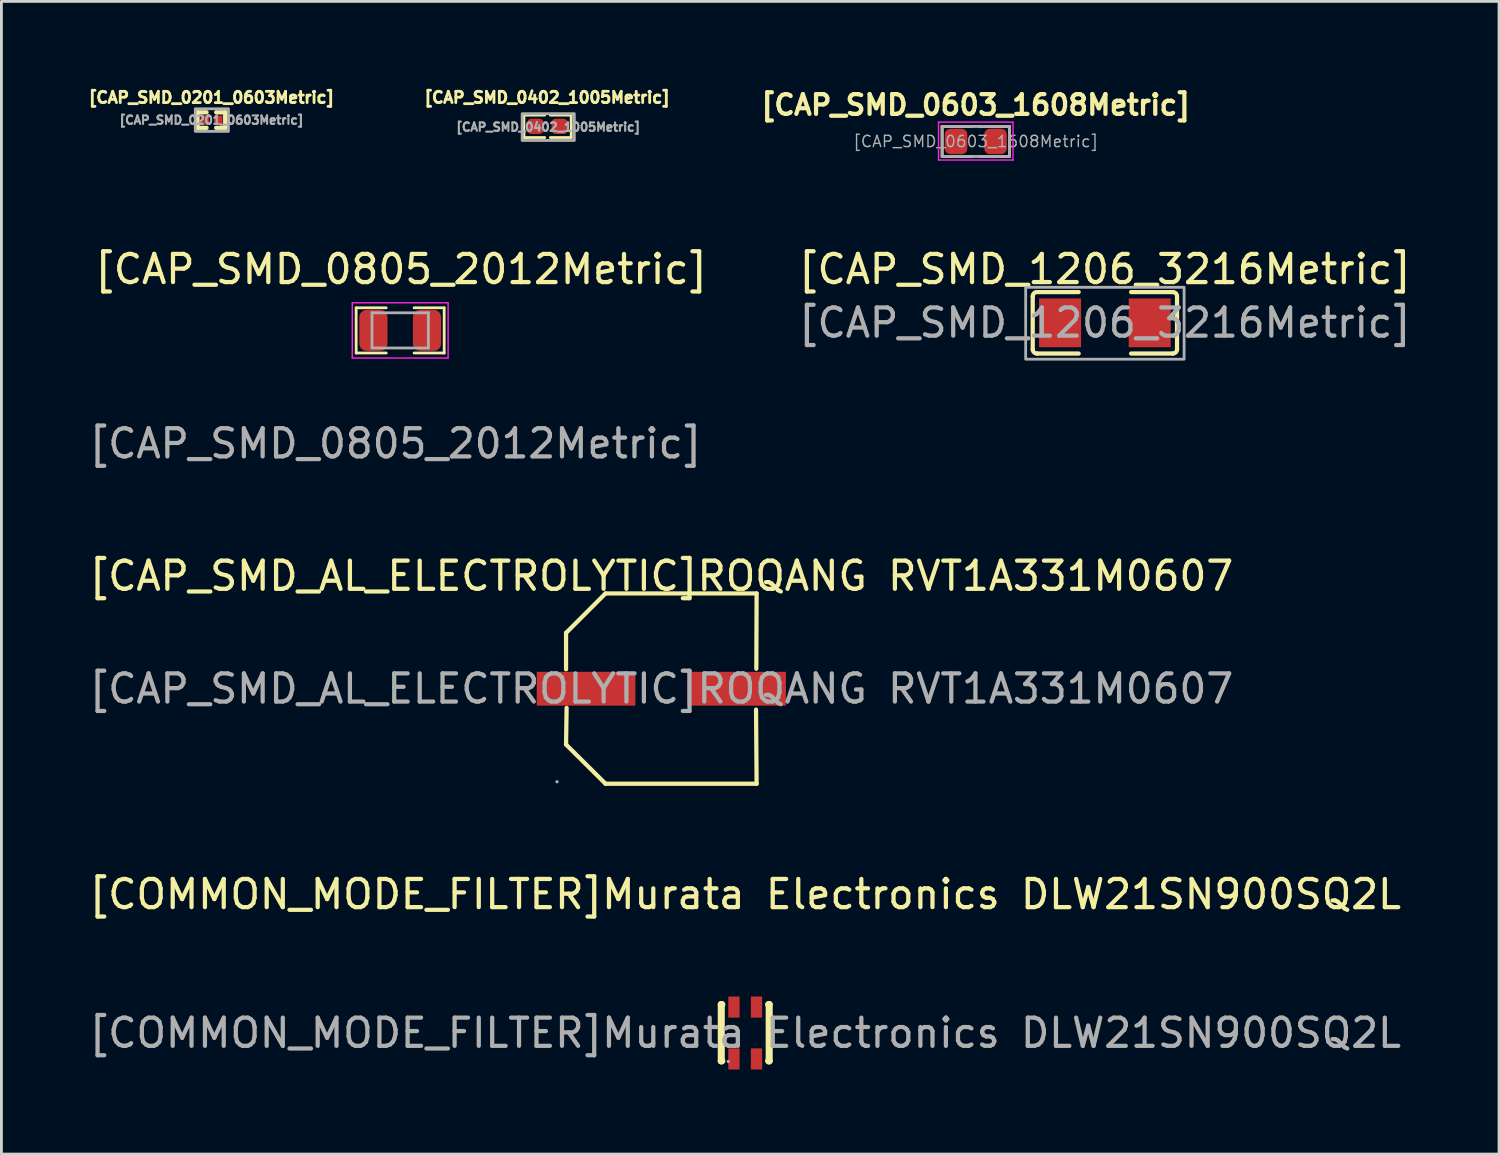
<source format=kicad_pcb>
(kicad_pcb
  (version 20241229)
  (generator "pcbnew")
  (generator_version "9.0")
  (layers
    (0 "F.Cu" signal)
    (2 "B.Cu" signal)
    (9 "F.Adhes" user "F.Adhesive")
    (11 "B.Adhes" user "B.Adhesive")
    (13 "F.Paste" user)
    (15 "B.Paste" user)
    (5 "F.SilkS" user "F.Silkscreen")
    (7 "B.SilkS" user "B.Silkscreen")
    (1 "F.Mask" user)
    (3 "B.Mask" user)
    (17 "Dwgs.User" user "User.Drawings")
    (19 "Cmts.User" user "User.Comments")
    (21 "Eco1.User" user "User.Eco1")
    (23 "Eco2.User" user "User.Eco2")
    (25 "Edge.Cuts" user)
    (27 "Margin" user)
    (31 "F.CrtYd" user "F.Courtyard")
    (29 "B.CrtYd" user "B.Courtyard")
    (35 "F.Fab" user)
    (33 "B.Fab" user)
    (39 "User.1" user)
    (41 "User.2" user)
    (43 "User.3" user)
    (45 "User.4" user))
  (footprint "[COMMON_MODE_FILTER]Murata Electronics DLW21SN900SQ2L"
    (layer "F.Cu")
    (at 23.387 33.596)
    (property "Reference" "[COMMON_MODE_FILTER]Murata Electronics DLW21SN900SQ2L" (at 0 -4.92 0) (layer "F.SilkS") (effects (font (size 1 1) (thickness 0.15))))
    (attr smd)
    (fp_line (start -0.85 -1.01) (end -0.83 -1.01) (stroke (width 0.25) (type solid)) (layer "F.SilkS"))
    (fp_line (start -0.85 0.99) (end -0.85 -1.01) (stroke (width 0.25) (type solid)) (layer "F.SilkS"))
    (fp_line (start -0.85 0.99) (end -0.83 0.99) (stroke (width 0.25) (type solid)) (layer "F.SilkS"))
    (fp_line (start 0.83 -1.01) (end 0.85 -1.01) (stroke (width 0.25) (type solid)) (layer "F.SilkS"))
    (fp_line (start 0.83 0.99) (end 0.85 0.99) (stroke (width 0.25) (type solid)) (layer "F.SilkS"))
    (fp_line (start 0.85 0.99) (end 0.85 -1.01) (stroke (width 0.25) (type solid)) (layer "F.SilkS"))
    (fp_circle (center -0.6 1.01) (end -0.57 1.01) (stroke (width 0.06) (type solid)) (fill no) (layer "F.Fab"))
    (fp_text user "${REFERENCE}" (at 0 0 0) (layer "F.Fab") (effects (font (size 1 1) (thickness 0.15))))
    (pad "1" smd rect (at -0.4 0.92 90) (size 0.75 0.4) (layers "F.Cu" "F.Mask" "F.Paste"))
    (pad "2" smd rect (at -0.4 -0.92 90) (size 0.75 0.4) (layers "F.Cu" "F.Mask" "F.Paste"))
    (pad "3" smd rect (at 0.4 -0.92 90) (size 0.75 0.4) (layers "F.Cu" "F.Mask" "F.Paste"))
    (pad "4" smd rect (at 0.4 0.92 90) (size 0.75 0.4) (layers "F.Cu" "F.Mask" "F.Paste")))
  (footprint "[CAP_SMD_1206_3216Metric]"
    (layer "F.Cu")
    (at 36.146 8.402)
    (property "Reference" "[CAP_SMD_1206_3216Metric]" (at 0 -1.9 0) (layer "F.SilkS") (effects (font (size 1 1) (thickness 0.15))))
    (attr smd)
    (fp_line (start -2.56 0.94) (end -2.56 -0.94) (stroke (width 0.15) (type solid)) (layer "F.SilkS"))
    (fp_line (start -2.41 -1.09) (end -0.93 -1.09) (stroke (width 0.15) (type solid)) (layer "F.SilkS"))
    (fp_line (start -0.93 1.09) (end -2.41 1.09) (stroke (width 0.15) (type solid)) (layer "F.SilkS"))
    (fp_line (start 0.93 1.09) (end 2.41 1.09) (stroke (width 0.15) (type solid)) (layer "F.SilkS"))
    (fp_line (start 2.41 -1.09) (end 0.93 -1.09) (stroke (width 0.15) (type solid)) (layer "F.SilkS"))
    (fp_line (start 2.56 0.94) (end 2.56 -0.94) (stroke (width 0.15) (type solid)) (layer "F.SilkS"))
    (fp_arc (start -2.56 -0.94) (mid -2.516066 -1.046066) (end -2.41 -1.09) (stroke (width 0.15) (type solid)) (layer "F.SilkS"))
    (fp_arc (start -2.41 1.09) (mid -2.516066 1.046066) (end -2.56 0.94) (stroke (width 0.15) (type solid)) (layer "F.SilkS"))
    (fp_arc (start 2.41 -1.09) (mid 2.516066 -1.046066) (end 2.56 -0.94) (stroke (width 0.15) (type solid)) (layer "F.SilkS"))
    (fp_arc (start 2.56 0.94) (mid 2.516066 1.046066) (end 2.41 1.09) (stroke (width 0.15) (type solid)) (layer "F.SilkS"))
    (fp_rect (start -2.81 -1.26) (end 2.81 1.29) (stroke (width 0.1) (type default)) (fill no) (layer "F.Fab"))
    (fp_text user "${REFERENCE}" (at 0 0 0) (layer "F.Fab") (effects (font (size 1 1) (thickness 0.15))))
    (pad "1" smd rect (at -1.59 0) (size 1.49 1.73) (layers "F.Cu" "F.Mask" "F.Paste"))
    (pad "2" smd rect (at 1.59 0) (size 1.49 1.73) (layers "F.Cu" "F.Mask" "F.Paste")))
  (footprint "[CAP_SMD_0201_0603Metric]"
    (layer "F.Cu")
    (at 4.453 1.21)
    (property "Reference" "[CAP_SMD_0201_0603Metric]" (at 0 -0.8 0) (layer "F.SilkS") (effects (font (size 0.4 0.4) (thickness 0.1))))
    (attr through_hole)
    (fp_line (start -0.495 -0.275) (end -0.495 0.275) (stroke (width 0.15) (type solid)) (layer "F.SilkS"))
    (fp_line (start -0.495 -0.275) (end -0.175 -0.275) (stroke (width 0.15) (type solid)) (layer "F.SilkS"))
    (fp_line (start -0.495 0.275) (end -0.175 0.275) (stroke (width 0.15) (type solid)) (layer "F.SilkS"))
    (fp_line (start 0.485 -0.275) (end 0.165 -0.275) (stroke (width 0.15) (type solid)) (layer "F.SilkS"))
    (fp_line (start 0.485 0.275) (end 0.165 0.275) (stroke (width 0.15) (type solid)) (layer "F.SilkS"))
    (fp_line (start 0.485 0.275) (end 0.485 -0.275) (stroke (width 0.15) (type solid)) (layer "F.SilkS"))
    (fp_rect (start -0.575 -0.4) (end 0.6 0.4) (stroke (width 0.1) (type default)) (fill no) (layer "F.Fab"))
    (fp_text user "${REFERENCE}" (at 0 0 0) (layer "F.Fab") (effects (font (size 0.3 0.3) (thickness 0.075))))
    (pad "1" smd rect (at -0.24 0) (size 0.3 0.32) (layers "F.Cu" "F.Mask" "F.Paste"))
    (pad "2" smd rect (at 0.24 0) (size 0.3 0.32) (layers "F.Cu" "F.Mask" "F.Paste")))
  (footprint "[CAP_SMD_AL_ELECTROLYTIC]ROQANG RVT1A331M0607"
    (layer "F.Cu")
    (at 20.411 21.383)
    (property "Reference" "[CAP_SMD_AL_ELECTROLYTIC]ROQANG RVT1A331M0607" (at 0 -4 0) (layer "F.SilkS") (effects (font (size 1 1) (thickness 0.15))))
    (attr smd)
    (fp_line (start -3.38 -1.98) (end -3.38 -0.69) (stroke (width 0.15) (type solid)) (layer "F.SilkS"))
    (fp_line (start -3.38 1.98) (end -3.36 0.68) (stroke (width 0.15) (type solid)) (layer "F.SilkS"))
    (fp_line (start -1.98 -3.38) (end -3.38 -1.98) (stroke (width 0.15) (type solid)) (layer "F.SilkS"))
    (fp_line (start -1.98 3.37) (end -3.38 1.98) (stroke (width 0.15) (type solid)) (layer "F.SilkS"))
    (fp_line (start 3.36 0.74) (end 3.38 3.37) (stroke (width 0.15) (type solid)) (layer "F.SilkS"))
    (fp_line (start 3.37 -0.71) (end 3.38 -3.38) (stroke (width 0.15) (type solid)) (layer "F.SilkS"))
    (fp_line (start 3.38 -3.38) (end -1.98 -3.38) (stroke (width 0.15) (type solid)) (layer "F.SilkS"))
    (fp_line (start 3.38 3.37) (end -1.98 3.37) (stroke (width 0.15) (type solid)) (layer "F.SilkS"))
    (fp_circle (center -3.7 3.3) (end -3.67 3.3) (stroke (width 0.06) (type solid)) (fill no) (layer "F.Fab"))
    (fp_text user "${REFERENCE}" (at 0 0 0) (layer "F.Fab") (effects (font (size 1 1) (thickness 0.15))))
    (pad "1" smd rect (at -2.67 0) (size 3.5 1.2) (layers "F.Cu" "F.Mask" "F.Paste"))
    (pad "2" smd rect (at 2.67 0) (size 3.5 1.2) (layers "F.Cu" "F.Mask" "F.Paste")))
  (footprint "[CAP_SMD_0805_2012Metric]"
    (layer "F.Cu")
    (at 11.182 8.686)
    (property "Reference" "[CAP_SMD_0805_2012Metric]" (at 0 -2.184 0) (layer "F.SilkS") (effects (font (size 1 1) (thickness 0.15))))
    (attr smd)
    (fp_line (start -1.598 -0.816) (end -0.531 -0.816) (stroke (width 0.1) (type default)) (layer "F.SilkS"))
    (fp_line (start -1.596 0.787) (end -1.598 -0.816) (stroke (width 0.1) (type default)) (layer "F.SilkS"))
    (fp_line (start -0.53 0.787) (end -1.596 0.787) (stroke (width 0.1) (type default)) (layer "F.SilkS"))
    (fp_line (start 0.458 -0.816) (end 1.525 -0.816) (stroke (width 0.1) (type default)) (layer "F.SilkS"))
    (fp_line (start 1.525 -0.816) (end 1.526 0.787) (stroke (width 0.1) (type default)) (layer "F.SilkS"))
    (fp_line (start 1.526 0.787) (end 0.459 0.787) (stroke (width 0.1) (type default)) (layer "F.SilkS"))
    (fp_line (start -1.735 -0.995) (end 1.665 -0.995) (stroke (width 0.05) (type solid)) (layer "F.CrtYd"))
    (fp_line (start -1.735 0.965) (end -1.735 -0.995) (stroke (width 0.05) (type solid)) (layer "F.CrtYd"))
    (fp_line (start 1.665 -0.995) (end 1.665 0.965) (stroke (width 0.05) (type solid)) (layer "F.CrtYd"))
    (fp_line (start 1.665 0.965) (end -1.735 0.965) (stroke (width 0.05) (type solid)) (layer "F.CrtYd"))
    (fp_line (start -1.035 -0.64) (end 0.965 -0.64) (stroke (width 0.1) (type solid)) (layer "F.Fab"))
    (fp_line (start -1.035 0.61) (end -1.035 -0.64) (stroke (width 0.1) (type solid)) (layer "F.Fab"))
    (fp_line (start 0.965 -0.64) (end 0.965 0.61) (stroke (width 0.1) (type solid)) (layer "F.Fab"))
    (fp_line (start 0.965 0.61) (end -1.035 0.61) (stroke (width 0.1) (type solid)) (layer "F.Fab"))
    (fp_text user "${REFERENCE}" (at -0.2 4 0) (layer "F.Fab") (effects (font (size 1 1) (thickness 0.15))))
    (pad "1" smd roundrect (at -0.985 -0.015) (size 1 1.45) (layers "F.Cu" "F.Mask" "F.Paste") (roundrect_rratio 0.25))
    (pad "2" smd roundrect (at 0.915 -0.015) (size 1 1.45) (layers "F.Cu" "F.Mask" "F.Paste") (roundrect_rratio 0.25)))
  (footprint "[CAP_SMD_0402_1005Metric]"
    (layer "F.Cu")
    (at 16.359 1.425)
    (property "Reference" "[CAP_SMD_0402_1005Metric]" (at 0 -1.016 0) (layer "F.SilkS") (effects (font (size 0.4 0.4) (thickness 0.1))))
    (attr smd)
    (fp_line (start -0.824 -0.392) (end -0.085 -0.392) (stroke (width 0.1) (type default)) (layer "F.SilkS"))
    (fp_line (start -0.823 0.404) (end -0.824 -0.392) (stroke (width 0.1) (type default)) (layer "F.SilkS"))
    (fp_line (start -0.085 0.404) (end -0.823 0.404) (stroke (width 0.1) (type default)) (layer "F.SilkS"))
    (fp_line (start 0.115 -0.392) (end 0.854 -0.392) (stroke (width 0.1) (type default)) (layer "F.SilkS"))
    (fp_line (start 0.854 -0.392) (end 0.855 0.404) (stroke (width 0.1) (type default)) (layer "F.SilkS"))
    (fp_line (start 0.855 0.404) (end 0.115 0.404) (stroke (width 0.1) (type default)) (layer "F.SilkS"))
    (fp_rect (start -0.885 -0.442) (end 0.965 0.508) (stroke (width 0.1) (type default)) (fill no) (layer "F.Fab"))
    (fp_text user "${REFERENCE}" (at 0.04 0.033 0) (layer "F.Fab") (effects (font (size 0.3 0.3) (thickness 0.075))))
    (pad "1" smd roundrect (at -0.415 0.008) (size 0.57 0.54) (layers "F.Cu" "F.Mask" "F.Paste") (roundrect_rratio 0.25))
    (pad "2" smd roundrect (at 0.445 0.008) (size 0.57 0.54) (layers "F.Cu" "F.Mask" "F.Paste") (roundrect_rratio 0.25)))
  (footprint "[CAP_SMD_0603_1608Metric]"
    (layer "F.Cu")
    (at 31.566 1.968)
    (property "Reference" "[CAP_SMD_0603_1608Metric]" (at 0 -1.295 0) (layer "F.SilkS") (effects (font (size 0.7 0.7) (thickness 0.15))))
    (attr smd)
    (fp_line (start -1.194 -0.533) (end -0.127 -0.533) (stroke (width 0.1) (type default)) (layer "F.SilkS"))
    (fp_line (start -1.193 0.533) (end -1.194 -0.533) (stroke (width 0.1) (type default)) (layer "F.SilkS"))
    (fp_line (start -0.126 0.533) (end -1.193 0.533) (stroke (width 0.1) (type default)) (layer "F.SilkS"))
    (fp_line (start 0.126 -0.533) (end 1.193 -0.533) (stroke (width 0.1) (type default)) (layer "F.SilkS"))
    (fp_line (start 1.193 -0.533) (end 1.194 0.533) (stroke (width 0.1) (type default)) (layer "F.SilkS"))
    (fp_line (start 1.194 0.533) (end 0.128 0.533) (stroke (width 0.1) (type default)) (layer "F.SilkS"))
    (fp_line (start -1.321 -0.686) (end 1.321 -0.686) (stroke (width 0.05) (type solid)) (layer "F.CrtYd"))
    (fp_line (start -1.321 0.66) (end -1.321 -0.686) (stroke (width 0.05) (type solid)) (layer "F.CrtYd"))
    (fp_line (start 1.321 -0.686) (end 1.321 0.66) (stroke (width 0.05) (type solid)) (layer "F.CrtYd"))
    (fp_line (start 1.321 0.66) (end -1.321 0.66) (stroke (width 0.05) (type solid)) (layer "F.CrtYd"))
    (fp_line (start -1.194 -0.533) (end -1.193 0.533) (stroke (width 0.1) (type solid)) (layer "F.Fab"))
    (fp_line (start 1.193 -0.533) (end -1.194 -0.533) (stroke (width 0.1) (type solid)) (layer "F.Fab"))
    (fp_line (start 1.193 -0.533) (end 1.194 0.533) (stroke (width 0.1) (type solid)) (layer "F.Fab"))
    (fp_line (start 1.194 0.533) (end -1.193 0.533) (stroke (width 0.1) (type solid)) (layer "F.Fab"))
    (fp_text user "${REFERENCE}" (at 0 0 0) (layer "F.Fab") (effects (font (size 0.4 0.4) (thickness 0.05))))
    (pad "1" smd roundrect (at -0.7 0) (size 0.8 0.9) (layers "F.Cu" "F.Mask" "F.Paste") (roundrect_rratio 0.25))
    (pad "2" smd roundrect (at 0.7 0) (size 0.8 0.9) (layers "F.Cu" "F.Mask" "F.Paste") (roundrect_rratio 0.25)))
  (gr_rect
    (start -3 -3)
    (end 50.129 37.891)
    (stroke (width 0.1) (type default))
    (fill no)
    (layer "Edge.Cuts")))
</source>
